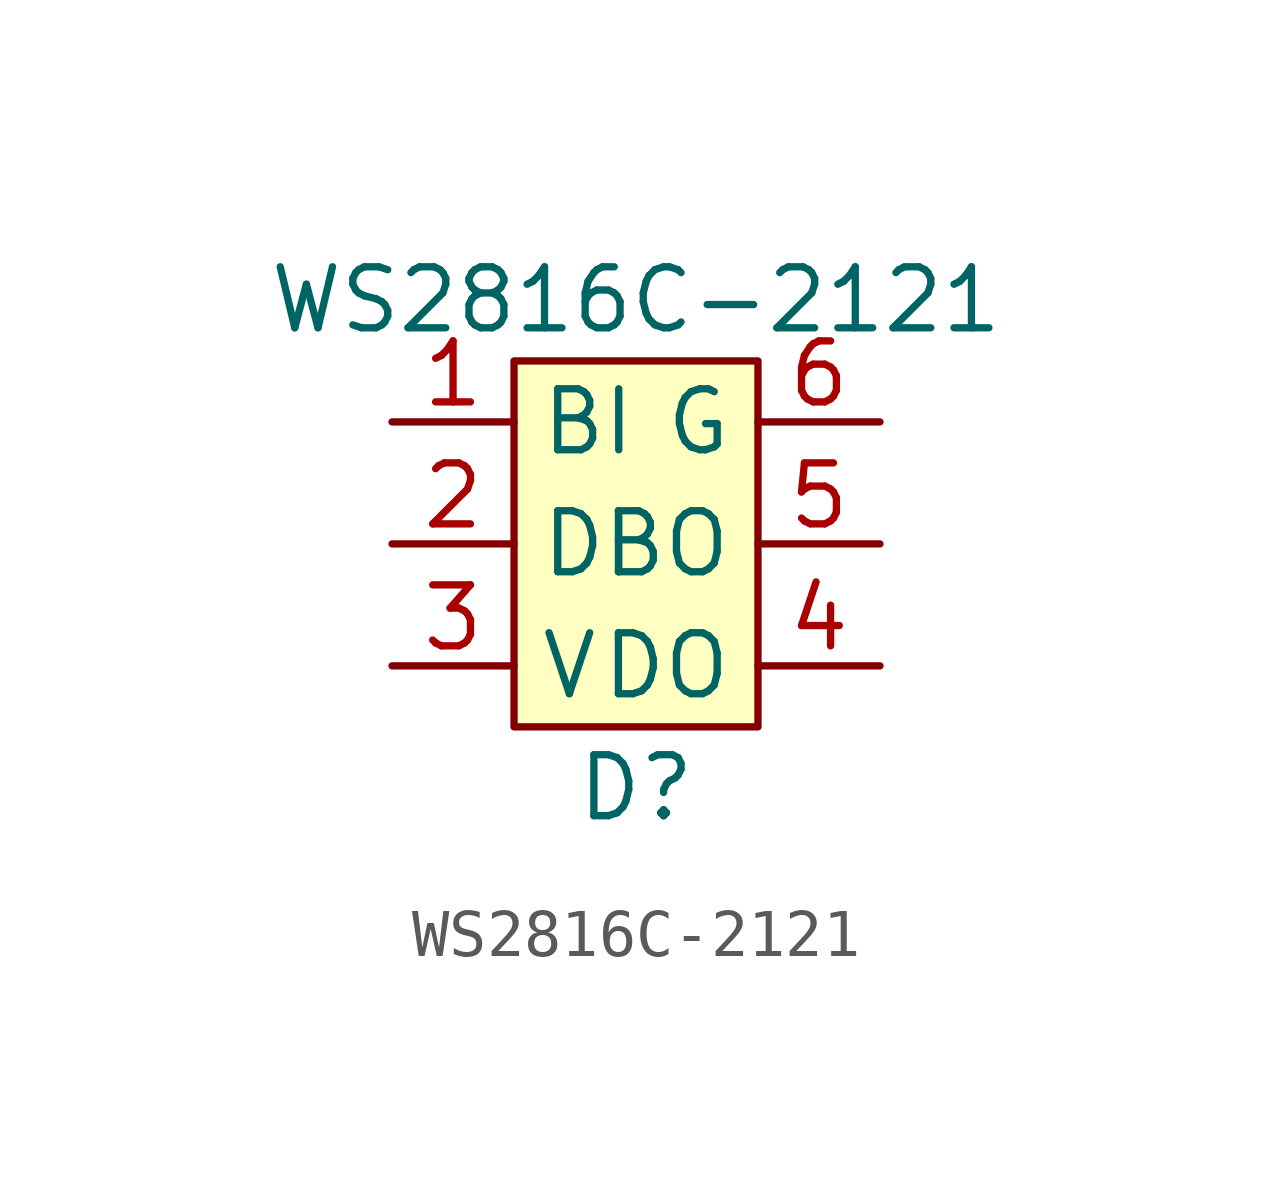
<source format=kicad_sym>
(kicad_symbol_lib
  (version 20211014)
  (generator kicad_symbol_editor)
  (symbol "WS2816C-2121"
    (property "Reference" "D"
      (at 0 -5.08 0)
      (effects (font (size 1.27 1.27))))
    (property "Value" "WS2816C-2121"
      (at 0 5.08 0)
      (effects (font (size 1.27 1.27))))
    (symbol "WS2816C-2121_0_1"
      (rectangle (start -2.54 3.81) (end 2.54 -3.81) (stroke (width 0) (type default) (color 0 0 0 0)) (fill (type background))))
    (symbol "WS2816C-2121_1_1"
      (pin input line (at -5.08 2.54 0) (length 2.54) (name "BI" (effects (font (size 1.27 1.27)))) (number "1" (effects (font (size 1.27 1.27)))))
      (pin input line (at -5.08 0 0) (length 2.54) (name "DI" (effects (font (size 1.27 1.27)))) (number "2" (effects (font (size 1.27 1.27)))))
      (pin power_in line (at -5.08 -2.54 0) (length 2.54) (name "V" (effects (font (size 1.27 1.27)))) (number "3" (effects (font (size 1.27 1.27)))))
      (pin output line (at 5.08 -2.54 180) (length 2.54) (name "DO" (effects (font (size 1.27 1.27)))) (number "4" (effects (font (size 1.27 1.27)))))
      (pin output line (at 5.08 0 180) (length 2.54) (name "BO" (effects (font (size 1.27 1.27)))) (number "5" (effects (font (size 1.27 1.27)))))
      (pin power_in line (at 5.08 2.54 180) (length 2.54) (name "G" (effects (font (size 1.27 1.27)))) (number "6" (effects (font (size 1.27 1.27))))))))
</source>
